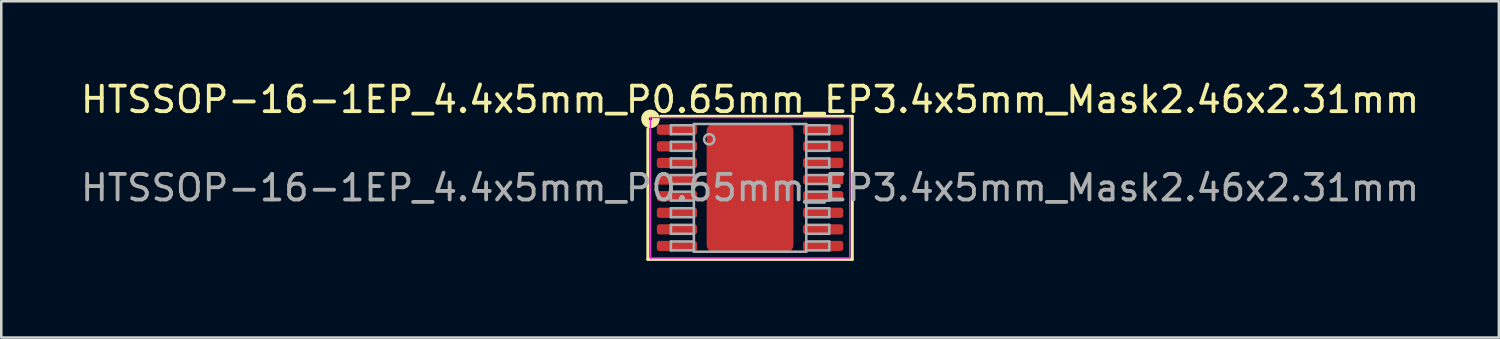
<source format=kicad_pcb>
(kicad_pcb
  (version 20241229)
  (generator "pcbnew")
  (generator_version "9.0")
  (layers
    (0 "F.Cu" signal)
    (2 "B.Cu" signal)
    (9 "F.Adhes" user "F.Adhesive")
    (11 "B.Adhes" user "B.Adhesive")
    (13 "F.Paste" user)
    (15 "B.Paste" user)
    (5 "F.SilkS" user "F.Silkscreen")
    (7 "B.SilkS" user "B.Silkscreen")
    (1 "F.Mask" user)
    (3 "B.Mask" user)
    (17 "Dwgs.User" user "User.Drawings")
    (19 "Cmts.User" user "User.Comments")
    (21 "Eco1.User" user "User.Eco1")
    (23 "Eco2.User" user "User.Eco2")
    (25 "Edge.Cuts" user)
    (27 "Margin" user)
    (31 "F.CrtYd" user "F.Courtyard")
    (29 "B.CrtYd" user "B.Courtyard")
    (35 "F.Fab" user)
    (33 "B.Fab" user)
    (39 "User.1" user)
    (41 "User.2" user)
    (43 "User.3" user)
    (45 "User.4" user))
  (footprint "HTSSOP-16-1EP_4.4x5mm_P0.65mm_EP3.4x5mm_Mask2.46x2.31mm"
    (layer "F.Cu")
    (at 26.315 4.304)
    (property "Reference" "HTSSOP-16-1EP_4.4x5mm_P0.65mm_EP3.4x5mm_Mask2.46x2.31mm" (at 0 -3.456 0) (layer "F.SilkS") (effects (font (size 1 1) (thickness 0.15))))
    (attr smd)
    (fp_line (start -4 2.8) (end -4 -2.3) (stroke (width 0.12) (type solid)) (layer "F.SilkS"))
    (fp_line (start -3.5 -2.8) (end 4 -2.8) (stroke (width 0.12) (type solid)) (layer "F.SilkS"))
    (fp_line (start 4 -2.8) (end 4 2.8) (stroke (width 0.12) (type solid)) (layer "F.SilkS"))
    (fp_line (start 4 2.8) (end -4 2.8) (stroke (width 0.12) (type solid)) (layer "F.SilkS"))
    (fp_circle (center -3.9 -2.7) (end -3.837 -2.7) (stroke (width 0.3) (type solid)) (fill no) (layer "F.SilkS"))
    (fp_line (start -3.9 -2.75) (end -3.9 2.75) (stroke (width 0.05) (type solid)) (layer "F.CrtYd"))
    (fp_line (start -3.9 2.75) (end 3.9 2.75) (stroke (width 0.05) (type solid)) (layer "F.CrtYd"))
    (fp_line (start 3.9 -2.75) (end -3.9 -2.75) (stroke (width 0.05) (type solid)) (layer "F.CrtYd"))
    (fp_line (start 3.9 2.75) (end 3.9 -2.75) (stroke (width 0.05) (type solid)) (layer "F.CrtYd"))
    (fp_line (start -3.1 -2.45) (end -3.1 -2.1) (stroke (width 0.1) (type solid)) (layer "F.Fab"))
    (fp_line (start -3.1 -2.45) (end -2.2 -2.45) (stroke (width 0.1) (type solid)) (layer "F.Fab"))
    (fp_line (start -3.1 -2.1) (end -2.2 -2.1) (stroke (width 0.1) (type solid)) (layer "F.Fab"))
    (fp_line (start -3.1 -1.8) (end -3.1 -1.45) (stroke (width 0.1) (type solid)) (layer "F.Fab"))
    (fp_line (start -3.1 -1.8) (end -2.2 -1.8) (stroke (width 0.1) (type solid)) (layer "F.Fab"))
    (fp_line (start -3.1 -1.45) (end -2.2 -1.45) (stroke (width 0.1) (type solid)) (layer "F.Fab"))
    (fp_line (start -3.1 -1.15) (end -3.1 -0.8) (stroke (width 0.1) (type solid)) (layer "F.Fab"))
    (fp_line (start -3.1 -1.15) (end -2.2 -1.15) (stroke (width 0.1) (type solid)) (layer "F.Fab"))
    (fp_line (start -3.1 -0.8) (end -2.2 -0.8) (stroke (width 0.1) (type solid)) (layer "F.Fab"))
    (fp_line (start -3.1 -0.5) (end -3.1 -0.15) (stroke (width 0.1) (type solid)) (layer "F.Fab"))
    (fp_line (start -3.1 -0.5) (end -2.2 -0.5) (stroke (width 0.1) (type solid)) (layer "F.Fab"))
    (fp_line (start -3.1 -0.15) (end -2.2 -0.15) (stroke (width 0.1) (type solid)) (layer "F.Fab"))
    (fp_line (start -3.1 0.15) (end -3.1 0.5) (stroke (width 0.1) (type solid)) (layer "F.Fab"))
    (fp_line (start -3.1 0.15) (end -2.2 0.15) (stroke (width 0.1) (type solid)) (layer "F.Fab"))
    (fp_line (start -3.1 0.5) (end -2.2 0.5) (stroke (width 0.1) (type solid)) (layer "F.Fab"))
    (fp_line (start -3.1 0.8) (end -3.1 1.15) (stroke (width 0.1) (type solid)) (layer "F.Fab"))
    (fp_line (start -3.1 0.8) (end -2.2 0.8) (stroke (width 0.1) (type solid)) (layer "F.Fab"))
    (fp_line (start -3.1 1.15) (end -2.2 1.15) (stroke (width 0.1) (type solid)) (layer "F.Fab"))
    (fp_line (start -3.1 1.45) (end -3.1 1.8) (stroke (width 0.1) (type solid)) (layer "F.Fab"))
    (fp_line (start -3.1 1.45) (end -2.2 1.45) (stroke (width 0.1) (type solid)) (layer "F.Fab"))
    (fp_line (start -3.1 1.8) (end -2.2 1.8) (stroke (width 0.1) (type solid)) (layer "F.Fab"))
    (fp_line (start -3.1 2.1) (end -3.1 2.45) (stroke (width 0.1) (type solid)) (layer "F.Fab"))
    (fp_line (start -3.1 2.1) (end -2.2 2.1) (stroke (width 0.1) (type solid)) (layer "F.Fab"))
    (fp_line (start -3.1 2.45) (end -2.2 2.45) (stroke (width 0.1) (type solid)) (layer "F.Fab"))
    (fp_line (start -2.2 -2.5) (end 2.2 -2.5) (stroke (width 0.1) (type solid)) (layer "F.Fab"))
    (fp_line (start -2.2 2.5) (end -2.2 -2.5) (stroke (width 0.1) (type solid)) (layer "F.Fab"))
    (fp_line (start 2.2 -2.5) (end 2.2 2.5) (stroke (width 0.1) (type solid)) (layer "F.Fab"))
    (fp_line (start 2.2 2.5) (end -2.2 2.5) (stroke (width 0.1) (type solid)) (layer "F.Fab"))
    (fp_line (start 3.1 -2.45) (end 2.2 -2.45) (stroke (width 0.1) (type solid)) (layer "F.Fab"))
    (fp_line (start 3.1 -2.1) (end 2.2 -2.1) (stroke (width 0.1) (type solid)) (layer "F.Fab"))
    (fp_line (start 3.1 -2.1) (end 3.1 -2.45) (stroke (width 0.1) (type solid)) (layer "F.Fab"))
    (fp_line (start 3.1 -1.8) (end 2.2 -1.8) (stroke (width 0.1) (type solid)) (layer "F.Fab"))
    (fp_line (start 3.1 -1.45) (end 2.2 -1.45) (stroke (width 0.1) (type solid)) (layer "F.Fab"))
    (fp_line (start 3.1 -1.45) (end 3.1 -1.8) (stroke (width 0.1) (type solid)) (layer "F.Fab"))
    (fp_line (start 3.1 -1.15) (end 2.2 -1.15) (stroke (width 0.1) (type solid)) (layer "F.Fab"))
    (fp_line (start 3.1 -0.8) (end 2.2 -0.8) (stroke (width 0.1) (type solid)) (layer "F.Fab"))
    (fp_line (start 3.1 -0.8) (end 3.1 -1.15) (stroke (width 0.1) (type solid)) (layer "F.Fab"))
    (fp_line (start 3.1 -0.5) (end 2.2 -0.5) (stroke (width 0.1) (type solid)) (layer "F.Fab"))
    (fp_line (start 3.1 -0.15) (end 2.2 -0.15) (stroke (width 0.1) (type solid)) (layer "F.Fab"))
    (fp_line (start 3.1 -0.15) (end 3.1 -0.5) (stroke (width 0.1) (type solid)) (layer "F.Fab"))
    (fp_line (start 3.1 0.15) (end 2.2 0.15) (stroke (width 0.1) (type solid)) (layer "F.Fab"))
    (fp_line (start 3.1 0.5) (end 2.2 0.5) (stroke (width 0.1) (type solid)) (layer "F.Fab"))
    (fp_line (start 3.1 0.5) (end 3.1 0.15) (stroke (width 0.1) (type solid)) (layer "F.Fab"))
    (fp_line (start 3.1 0.8) (end 2.2 0.8) (stroke (width 0.1) (type solid)) (layer "F.Fab"))
    (fp_line (start 3.1 1.15) (end 2.2 1.15) (stroke (width 0.1) (type solid)) (layer "F.Fab"))
    (fp_line (start 3.1 1.15) (end 3.1 0.8) (stroke (width 0.1) (type solid)) (layer "F.Fab"))
    (fp_line (start 3.1 1.45) (end 2.2 1.45) (stroke (width 0.1) (type solid)) (layer "F.Fab"))
    (fp_line (start 3.1 1.8) (end 2.2 1.8) (stroke (width 0.1) (type solid)) (layer "F.Fab"))
    (fp_line (start 3.1 1.8) (end 3.1 1.45) (stroke (width 0.1) (type solid)) (layer "F.Fab"))
    (fp_line (start 3.1 2.1) (end 2.2 2.1) (stroke (width 0.1) (type solid)) (layer "F.Fab"))
    (fp_line (start 3.1 2.45) (end 2.2 2.45) (stroke (width 0.1) (type solid)) (layer "F.Fab"))
    (fp_line (start 3.1 2.45) (end 3.1 2.1) (stroke (width 0.1) (type solid)) (layer "F.Fab"))
    (fp_circle (center -1.6 -1.9) (end -1.4 -1.9) (stroke (width 0.1) (type solid)) (fill no) (layer "F.Fab"))
    (fp_text user "${REFERENCE}" (at 0 0 0) (layer "F.Fab") (effects (font (size 1 1) (thickness 0.15))))
    (pad "" smd roundrect (at -0.6 -0.6) (size 1 1) (layers "F.Paste") (roundrect_rratio 0.25))
    (pad "" smd roundrect (at -0.6 0.6) (size 1 1) (layers "F.Paste") (roundrect_rratio 0.25))
    (pad "" smd roundrect (at 0 0) (size 2.46 2.31) (layers "F.Mask") (roundrect_rratio 0.108))
    (pad "" smd roundrect (at 0.6 -0.6) (size 1 1) (layers "F.Paste") (roundrect_rratio 0.25))
    (pad "" smd roundrect (at 0.6 0.6) (size 1 1) (layers "F.Paste") (roundrect_rratio 0.25))
    (pad "1" smd roundrect (at -2.862 -2.275) (size 1.575 0.4) (layers "F.Cu" "F.Mask" "F.Paste") (roundrect_rratio 0.25))
    (pad "2" smd roundrect (at -2.862 -1.625) (size 1.575 0.4) (layers "F.Cu" "F.Mask" "F.Paste") (roundrect_rratio 0.25))
    (pad "3" smd roundrect (at -2.862 -0.975) (size 1.575 0.4) (layers "F.Cu" "F.Mask" "F.Paste") (roundrect_rratio 0.25))
    (pad "4" smd roundrect (at -2.862 -0.325) (size 1.575 0.4) (layers "F.Cu" "F.Mask" "F.Paste") (roundrect_rratio 0.25))
    (pad "5" smd roundrect (at -2.862 0.325) (size 1.575 0.4) (layers "F.Cu" "F.Mask" "F.Paste") (roundrect_rratio 0.25))
    (pad "6" smd roundrect (at -2.862 0.975) (size 1.575 0.4) (layers "F.Cu" "F.Mask" "F.Paste") (roundrect_rratio 0.25))
    (pad "7" smd roundrect (at -2.862 1.625) (size 1.575 0.4) (layers "F.Cu" "F.Mask" "F.Paste") (roundrect_rratio 0.25))
    (pad "8" smd roundrect (at -2.862 2.275) (size 1.575 0.4) (layers "F.Cu" "F.Mask" "F.Paste") (roundrect_rratio 0.25))
    (pad "9" smd roundrect (at 2.862 2.275) (size 1.575 0.4) (layers "F.Cu" "F.Mask" "F.Paste") (roundrect_rratio 0.25))
    (pad "10" smd roundrect (at 2.862 1.625) (size 1.575 0.4) (layers "F.Cu" "F.Mask" "F.Paste") (roundrect_rratio 0.25))
    (pad "11" smd roundrect (at 2.862 0.975) (size 1.575 0.4) (layers "F.Cu" "F.Mask" "F.Paste") (roundrect_rratio 0.25))
    (pad "12" smd roundrect (at 2.862 0.325) (size 1.575 0.4) (layers "F.Cu" "F.Mask" "F.Paste") (roundrect_rratio 0.25))
    (pad "13" smd roundrect (at 2.862 -0.325) (size 1.575 0.4) (layers "F.Cu" "F.Mask" "F.Paste") (roundrect_rratio 0.25))
    (pad "14" smd roundrect (at 2.862 -0.975) (size 1.575 0.4) (layers "F.Cu" "F.Mask" "F.Paste") (roundrect_rratio 0.25))
    (pad "15" smd roundrect (at 2.862 -1.625) (size 1.575 0.4) (layers "F.Cu" "F.Mask" "F.Paste") (roundrect_rratio 0.25))
    (pad "16" smd roundrect (at 2.862 -2.275) (size 1.575 0.4) (layers "F.Cu" "F.Mask" "F.Paste") (roundrect_rratio 0.25))
    (pad "17" smd roundrect (at 0 0) (size 3.4 5) (layers "F.Cu") (roundrect_rratio 0.074)))
  (gr_rect
    (start -3 -3)
    (end 55.631 10.164)
    (stroke (width 0.1) (type default))
    (fill no)
    (layer "Edge.Cuts")))
</source>
